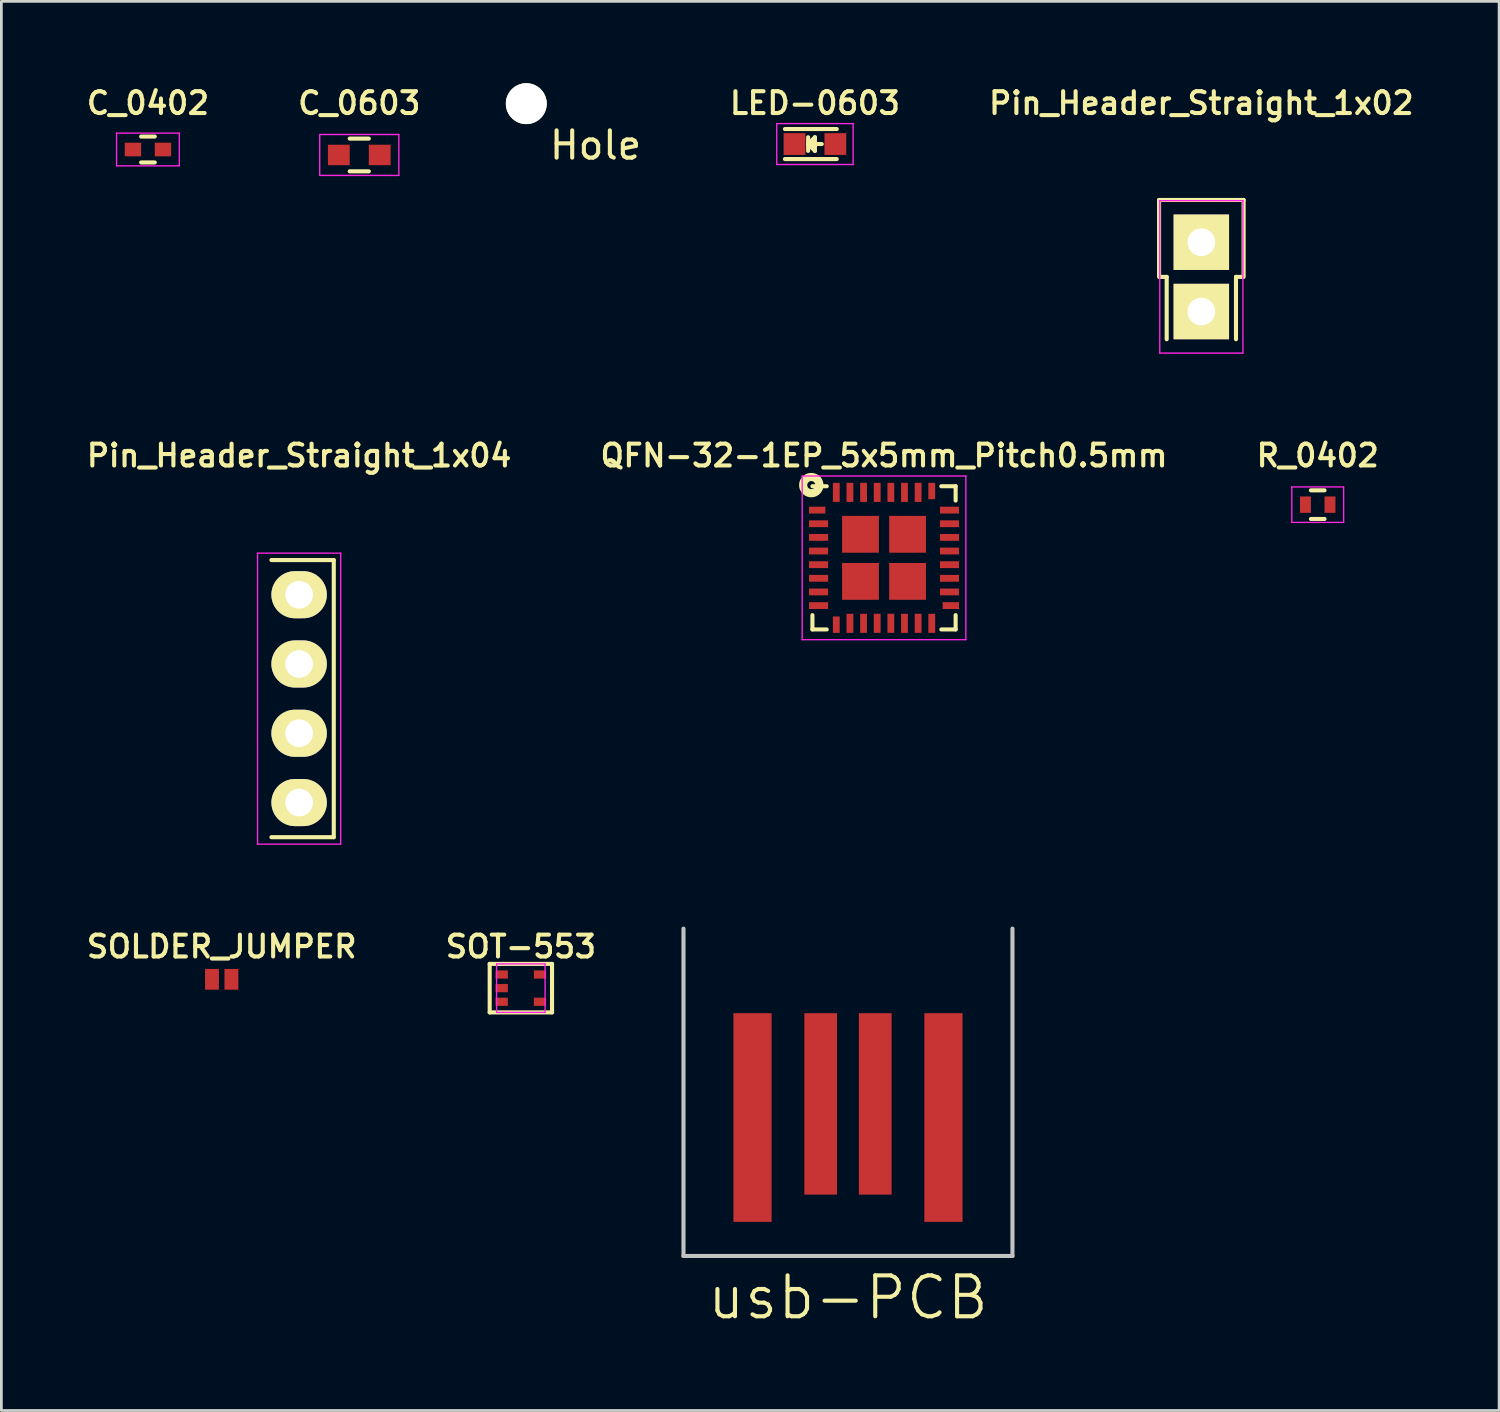
<source format=kicad_pcb>
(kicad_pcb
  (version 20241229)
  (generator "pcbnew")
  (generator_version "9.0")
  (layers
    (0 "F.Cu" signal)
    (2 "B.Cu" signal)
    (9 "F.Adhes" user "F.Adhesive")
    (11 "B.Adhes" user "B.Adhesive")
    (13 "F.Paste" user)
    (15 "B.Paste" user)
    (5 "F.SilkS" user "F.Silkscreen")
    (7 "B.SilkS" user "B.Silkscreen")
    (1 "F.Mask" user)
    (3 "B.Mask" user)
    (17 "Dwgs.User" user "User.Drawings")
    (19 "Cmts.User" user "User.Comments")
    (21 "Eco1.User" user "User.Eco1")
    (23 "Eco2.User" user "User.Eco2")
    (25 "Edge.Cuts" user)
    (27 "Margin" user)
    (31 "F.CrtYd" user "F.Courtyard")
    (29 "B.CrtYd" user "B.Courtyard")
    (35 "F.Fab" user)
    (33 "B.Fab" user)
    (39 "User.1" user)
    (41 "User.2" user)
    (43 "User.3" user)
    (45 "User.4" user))
  (footprint "Pin_Header_Straight_1x02"
    (layer "F.Cu")
    (at 40.992 5.831)
    (property "Reference" "Pin_Header_Straight_1x02" (at 0 -5.1 0) (layer "F.SilkS") (effects (font (size 0.8 0.8) (thickness 0.15))))
    (attr through_hole)
    (fp_line (start -1.55 -1.55) (end 1.55 -1.55) (stroke (width 0.15) (type solid)) (layer "F.SilkS"))
    (fp_line (start -1.55 1.27) (end -1.55 -1.55) (stroke (width 0.15) (type solid)) (layer "F.SilkS"))
    (fp_line (start -1.524 1.27) (end -1.27 1.27) (stroke (width 0.15) (type solid)) (layer "F.SilkS"))
    (fp_line (start -1.27 1.27) (end -1.27 3.556) (stroke (width 0.15) (type solid)) (layer "F.SilkS"))
    (fp_line (start 1.27 1.27) (end 1.27 3.556) (stroke (width 0.15) (type solid)) (layer "F.SilkS"))
    (fp_line (start 1.27 1.27) (end 1.524 1.27) (stroke (width 0.15) (type solid)) (layer "F.SilkS"))
    (fp_line (start 1.55 -1.55) (end 1.55 1.27) (stroke (width 0.15) (type solid)) (layer "F.SilkS"))
    (fp_line (start -1.524 -1.524) (end -1.524 4.064) (stroke (width 0.05) (type solid)) (layer "F.CrtYd"))
    (fp_line (start -1.524 -1.524) (end 1.524 -1.524) (stroke (width 0.05) (type solid)) (layer "F.CrtYd"))
    (fp_line (start -1.524 4.064) (end 1.524 4.064) (stroke (width 0.05) (type solid)) (layer "F.CrtYd"))
    (fp_line (start 1.524 -1.524) (end 1.524 4.064) (stroke (width 0.05) (type solid)) (layer "F.CrtYd"))
    (pad "1" thru_hole rect (at 0 0) (size 2.032 2.032) (drill 1.016) (layers "*.Cu" "*.Mask" "F.SilkS"))
    (pad "2" thru_hole rect (at 0 2.54) (size 2.032 2.032) (drill 1.016) (layers "*.Cu" "*.Mask" "F.SilkS")))
  (footprint "LED-0603"
    (layer "F.Cu")
    (at 26.826 2.231)
    (property "Reference" "LED-0603" (at 0 -1.5 0) (layer "F.SilkS") (effects (font (size 0.8 0.8) (thickness 0.15))))
    (attr smd)
    (fp_line (start -1.1 -0.55) (end 0.8 -0.55) (stroke (width 0.15) (type solid)) (layer "F.SilkS"))
    (fp_line (start -1.1 0.55) (end 0.8 0.55) (stroke (width 0.15) (type solid)) (layer "F.SilkS"))
    (fp_line (start -0.25 -0.25) (end -0.25 0.25) (stroke (width 0.15) (type solid)) (layer "F.SilkS"))
    (fp_line (start -0.25 0) (end 0 -0.25) (stroke (width 0.15) (type solid)) (layer "F.SilkS"))
    (fp_line (start -0.2 0) (end 0.25 0) (stroke (width 0.15) (type solid)) (layer "F.SilkS"))
    (fp_line (start 0 -0.25) (end 0 0.25) (stroke (width 0.15) (type solid)) (layer "F.SilkS"))
    (fp_line (start 0 0.25) (end -0.25 0) (stroke (width 0.15) (type solid)) (layer "F.SilkS"))
    (fp_line (start -1.4 -0.75) (end 1.4 -0.75) (stroke (width 0.05) (type solid)) (layer "F.CrtYd"))
    (fp_line (start -1.4 0.75) (end -1.4 -0.75) (stroke (width 0.05) (type solid)) (layer "F.CrtYd"))
    (fp_line (start 1.4 -0.75) (end 1.4 0.75) (stroke (width 0.05) (type solid)) (layer "F.CrtYd"))
    (fp_line (start 1.4 0.75) (end -1.4 0.75) (stroke (width 0.05) (type solid)) (layer "F.CrtYd"))
    (pad "1" smd rect (at -0.749 0 180) (size 0.798 0.798) (layers "F.Cu" "F.Mask" "F.Paste"))
    (pad "2" smd rect (at 0.749 0 180) (size 0.798 0.798) (layers "F.Cu" "F.Mask" "F.Paste")))
  (footprint "Pin_Header_Straight_1x04"
    (layer "F.Cu")
    (at 7.916 18.752)
    (property "Reference" "Pin_Header_Straight_1x04" (at 0 -5.1 0) (layer "F.SilkS") (effects (font (size 0.8 0.8) (thickness 0.15))))
    (attr through_hole)
    (fp_line (start -1.016 8.89) (end 1.27 8.89) (stroke (width 0.15) (type solid)) (layer "F.SilkS"))
    (fp_line (start 1.27 -1.27) (end -1.016 -1.27) (stroke (width 0.15) (type solid)) (layer "F.SilkS"))
    (fp_line (start 1.27 -1.27) (end 1.27 8.89) (stroke (width 0.15) (type solid)) (layer "F.SilkS"))
    (fp_line (start -1.524 -1.524) (end -1.524 9.144) (stroke (width 0.05) (type solid)) (layer "F.CrtYd"))
    (fp_line (start -1.524 -1.524) (end 1.524 -1.524) (stroke (width 0.05) (type solid)) (layer "F.CrtYd"))
    (fp_line (start -1.524 9.144) (end 1.524 9.144) (stroke (width 0.05) (type solid)) (layer "F.CrtYd"))
    (fp_line (start 1.524 -1.524) (end 1.524 9.144) (stroke (width 0.05) (type solid)) (layer "F.CrtYd"))
    (pad "1" thru_hole oval (at 0 0) (size 2.032 1.727) (drill 1.016) (layers "*.Cu" "*.Mask" "F.SilkS"))
    (pad "2" thru_hole oval (at 0 2.54) (size 2.032 1.727) (drill 1.016) (layers "*.Cu" "*.Mask" "F.SilkS"))
    (pad "3" thru_hole oval (at 0 5.08) (size 2.032 1.727) (drill 1.016) (layers "*.Cu" "*.Mask" "F.SilkS"))
    (pad "4" thru_hole oval (at 0 7.62) (size 2.032 1.727) (drill 1.016) (layers "*.Cu" "*.Mask" "F.SilkS")))
  (footprint "QFN-32-1EP_5x5mm_Pitch0.5mm"
    (layer "F.Cu")
    (at 29.359 17.401)
    (property "Reference" "QFN-32-1EP_5x5mm_Pitch0.5mm" (at 0 -3.75 0) (layer "F.SilkS") (effects (font (size 0.8 0.8) (thickness 0.15))))
    (attr smd)
    (fp_line (start -2.625 -2.625) (end -2.1 -2.625) (stroke (width 0.15) (type solid)) (layer "F.SilkS"))
    (fp_line (start -2.625 2.625) (end -2.625 2.1) (stroke (width 0.15) (type solid)) (layer "F.SilkS"))
    (fp_line (start -2.625 2.625) (end -2.1 2.625) (stroke (width 0.15) (type solid)) (layer "F.SilkS"))
    (fp_line (start 2.625 -2.625) (end 2.1 -2.625) (stroke (width 0.15) (type solid)) (layer "F.SilkS"))
    (fp_line (start 2.625 -2.625) (end 2.625 -2.1) (stroke (width 0.15) (type solid)) (layer "F.SilkS"))
    (fp_line (start 2.625 2.625) (end 2.1 2.625) (stroke (width 0.15) (type solid)) (layer "F.SilkS"))
    (fp_line (start 2.625 2.625) (end 2.625 2.1) (stroke (width 0.15) (type solid)) (layer "F.SilkS"))
    (fp_circle (center -2.667 -2.667) (end -2.667 -2.519) (stroke (width 0.3) (type solid)) (fill no) (layer "F.SilkS"))
    (fp_line (start -3 -3) (end -3 3) (stroke (width 0.05) (type solid)) (layer "F.CrtYd"))
    (fp_line (start -3 -3) (end 3 -3) (stroke (width 0.05) (type solid)) (layer "F.CrtYd"))
    (fp_line (start -3 3) (end 3 3) (stroke (width 0.05) (type solid)) (layer "F.CrtYd"))
    (fp_line (start 3 -3) (end 3 3) (stroke (width 0.05) (type solid)) (layer "F.CrtYd"))
    (pad "1" smd rect (at -2.45 -1.75) (size 0.6 0.25) (layers "F.Cu" "F.Mask" "F.Paste"))
    (pad "2" smd rect (at -2.4 -1.25) (size 0.7 0.25) (layers "F.Cu" "F.Mask" "F.Paste"))
    (pad "2" smd rect (at -0.863 -0.863) (size 1.35 1.35) (layers "F.Cu" "F.Mask" "F.Paste"))
    (pad "2" smd rect (at 0.863 -0.863) (size 1.35 1.35) (layers "F.Cu" "F.Mask" "F.Paste"))
    (pad "3" smd rect (at -2.4 -0.75) (size 0.7 0.25) (layers "F.Cu" "F.Mask" "F.Paste"))
    (pad "4" smd rect (at -2.4 -0.25) (size 0.7 0.25) (layers "F.Cu" "F.Mask" "F.Paste"))
    (pad "5" smd rect (at -2.4 0.25) (size 0.7 0.25) (layers "F.Cu" "F.Mask" "F.Paste"))
    (pad "6" smd rect (at -2.4 0.75) (size 0.7 0.25) (layers "F.Cu" "F.Mask" "F.Paste"))
    (pad "7" smd rect (at -2.4 1.25) (size 0.7 0.25) (layers "F.Cu" "F.Mask" "F.Paste"))
    (pad "8" smd rect (at -2.4 1.75) (size 0.7 0.25) (layers "F.Cu" "F.Mask" "F.Paste"))
    (pad "8" smd rect (at -0.863 0.863) (size 1.35 1.35) (layers "F.Cu" "F.Mask" "F.Paste"))
    (pad "9" smd rect (at -1.75 2.45 90) (size 0.6 0.25) (layers "F.Cu" "F.Mask" "F.Paste"))
    (pad "10" smd rect (at -1.25 2.4 90) (size 0.7 0.25) (layers "F.Cu" "F.Mask" "F.Paste"))
    (pad "11" smd rect (at -0.75 2.4 90) (size 0.7 0.25) (layers "F.Cu" "F.Mask" "F.Paste"))
    (pad "12" smd rect (at -0.25 2.4 90) (size 0.7 0.25) (layers "F.Cu" "F.Mask" "F.Paste"))
    (pad "13" smd rect (at 0.25 2.4 90) (size 0.7 0.25) (layers "F.Cu" "F.Mask" "F.Paste"))
    (pad "14" smd rect (at 0.75 2.4 90) (size 0.7 0.25) (layers "F.Cu" "F.Mask" "F.Paste"))
    (pad "15" smd rect (at 1.25 2.4 90) (size 0.7 0.25) (layers "F.Cu" "F.Mask" "F.Paste"))
    (pad "16" smd rect (at 0.863 0.863) (size 1.35 1.35) (layers "F.Cu" "F.Mask" "F.Paste"))
    (pad "16" smd rect (at 1.75 2.4 90) (size 0.7 0.25) (layers "F.Cu" "F.Mask" "F.Paste"))
    (pad "17" smd rect (at 2.45 1.75) (size 0.6 0.25) (layers "F.Cu" "F.Mask" "F.Paste"))
    (pad "18" smd rect (at 2.4 1.25) (size 0.7 0.25) (layers "F.Cu" "F.Mask" "F.Paste"))
    (pad "19" smd rect (at 2.4 0.75) (size 0.7 0.25) (layers "F.Cu" "F.Mask" "F.Paste"))
    (pad "20" smd rect (at 2.4 0.25) (size 0.7 0.25) (layers "F.Cu" "F.Mask" "F.Paste"))
    (pad "21" smd rect (at 2.4 -0.25) (size 0.7 0.25) (layers "F.Cu" "F.Mask" "F.Paste"))
    (pad "22" smd rect (at 2.4 -0.75) (size 0.7 0.25) (layers "F.Cu" "F.Mask" "F.Paste"))
    (pad "23" smd rect (at 2.4 -1.25) (size 0.7 0.25) (layers "F.Cu" "F.Mask" "F.Paste"))
    (pad "24" smd rect (at 2.4 -1.75) (size 0.7 0.25) (layers "F.Cu" "F.Mask" "F.Paste"))
    (pad "25" smd rect (at 1.75 -2.45 90) (size 0.6 0.25) (layers "F.Cu" "F.Mask" "F.Paste"))
    (pad "26" smd rect (at 1.25 -2.4 90) (size 0.7 0.25) (layers "F.Cu" "F.Mask" "F.Paste"))
    (pad "27" smd rect (at 0.75 -2.4 90) (size 0.7 0.25) (layers "F.Cu" "F.Mask" "F.Paste"))
    (pad "28" smd rect (at 0.25 -2.4 90) (size 0.7 0.25) (layers "F.Cu" "F.Mask" "F.Paste"))
    (pad "29" smd rect (at -0.25 -2.4 90) (size 0.7 0.25) (layers "F.Cu" "F.Mask" "F.Paste"))
    (pad "30" smd rect (at -0.75 -2.4 90) (size 0.7 0.25) (layers "F.Cu" "F.Mask" "F.Paste"))
    (pad "31" smd rect (at -1.25 -2.4 90) (size 0.7 0.25) (layers "F.Cu" "F.Mask" "F.Paste"))
    (pad "32" smd rect (at -1.75 -2.4 90) (size 0.7 0.25) (layers "F.Cu" "F.Mask" "F.Paste")))
  (footprint "R_0402"
    (layer "F.Cu")
    (at 45.258 15.451)
    (property "Reference" "R_0402" (at 0 -1.8 0) (layer "F.SilkS") (effects (font (size 0.8 0.8) (thickness 0.15))))
    (attr smd)
    (fp_line (start -0.25 0.525) (end 0.25 0.525) (stroke (width 0.15) (type solid)) (layer "F.SilkS"))
    (fp_line (start 0.25 -0.525) (end -0.25 -0.525) (stroke (width 0.15) (type solid)) (layer "F.SilkS"))
    (fp_line (start -0.95 -0.65) (end -0.95 0.65) (stroke (width 0.05) (type solid)) (layer "F.CrtYd"))
    (fp_line (start -0.95 -0.65) (end 0.95 -0.65) (stroke (width 0.05) (type solid)) (layer "F.CrtYd"))
    (fp_line (start -0.95 0.65) (end 0.95 0.65) (stroke (width 0.05) (type solid)) (layer "F.CrtYd"))
    (fp_line (start 0.95 -0.65) (end 0.95 0.65) (stroke (width 0.05) (type solid)) (layer "F.CrtYd"))
    (pad "1" smd rect (at -0.45 0) (size 0.4 0.6) (layers "F.Cu" "F.Mask" "F.Paste"))
    (pad "2" smd rect (at 0.45 0) (size 0.4 0.6) (layers "F.Cu" "F.Mask" "F.Paste")))
  (footprint "usb-PCB"
    (layer "F.Cu")
    (at 28.037 42.995)
    (property "Reference" "usb-PCB" (at 0 1.524 0) (layer "F.SilkS") (effects (font (size 1.5 1.5) (thickness 0.15))))
    (attr exclude_from_pos_files exclude_from_bom)
    (fp_line (start -6.03 0) (end -6.03 -12) (stroke (width 0.15) (type solid)) (layer "Dwgs.User"))
    (fp_line (start 6.03 0) (end -6.03 0) (stroke (width 0.15) (type solid)) (layer "Dwgs.User"))
    (fp_line (start 6.03 0) (end 6.03 -12) (stroke (width 0.15) (type solid)) (layer "Dwgs.User"))
    (pad "1" connect rect (at 3.5 -5.075) (size 1.4 7.65) (layers "F.Cu" "F.Mask"))
    (pad "2" connect rect (at 1 -5.575) (size 1.2 6.65) (layers "F.Cu" "F.Mask"))
    (pad "3" connect rect (at -1 -5.575) (size 1.2 6.65) (layers "F.Cu" "F.Mask"))
    (pad "4" connect rect (at -3.5 -5.075) (size 1.4 7.65) (layers "F.Cu" "F.Mask")))
  (footprint "C_0402"
    (layer "F.Cu")
    (at 2.374 2.431)
    (property "Reference" "C_0402" (at 0 -1.7 0) (layer "F.SilkS") (effects (font (size 0.8 0.8) (thickness 0.15))))
    (attr smd)
    (fp_line (start -0.25 0.475) (end 0.25 0.475) (stroke (width 0.15) (type solid)) (layer "F.SilkS"))
    (fp_line (start 0.25 -0.475) (end -0.25 -0.475) (stroke (width 0.15) (type solid)) (layer "F.SilkS"))
    (fp_line (start -1.15 -0.6) (end -1.15 0.6) (stroke (width 0.05) (type solid)) (layer "F.CrtYd"))
    (fp_line (start -1.15 -0.6) (end 1.15 -0.6) (stroke (width 0.05) (type solid)) (layer "F.CrtYd"))
    (fp_line (start -1.15 0.6) (end 1.15 0.6) (stroke (width 0.05) (type solid)) (layer "F.CrtYd"))
    (fp_line (start 1.15 -0.6) (end 1.15 0.6) (stroke (width 0.05) (type solid)) (layer "F.CrtYd"))
    (pad "1" smd rect (at -0.55 0) (size 0.6 0.5) (layers "F.Cu" "F.Mask" "F.Paste"))
    (pad "2" smd rect (at 0.55 0) (size 0.6 0.5) (layers "F.Cu" "F.Mask" "F.Paste")))
  (footprint "Hole"
    (layer "F.Cu")
    (at 16.244 0.75)
    (property "Reference" "Hole" (at 2.54 1.524 0) (layer "F.SilkS") (effects (font (size 1 1) (thickness 0.15))))
    (attr through_hole)
    (pad "" np_thru_hole circle (at 0 0) (size 1.5 1.5) (drill 1.5) (layers "*.Cu" "*.Mask" "F.SilkS")))
  (footprint "SOLDER_JUMPER"
    (layer "F.Cu")
    (at 5.078 32.852)
    (property "Reference" "SOLDER_JUMPER" (at 0 -1.2 0) (layer "F.SilkS") (effects (font (size 0.8 0.8) (thickness 0.15))))
    (attr through_hole)
    (pad "1" smd rect (at -0.356 0) (size 0.508 0.762) (layers "F.Cu" "F.Mask" "F.Paste"))
    (pad "2" smd rect (at 0.356 0) (size 0.508 0.762) (layers "F.Cu" "F.Mask" "F.Paste")))
  (footprint "SOT-553"
    (layer "F.Cu")
    (at 16.045 33.176)
    (property "Reference" "SOT-553" (at 0 -1.524 0) (layer "F.SilkS") (effects (font (size 0.8 0.8) (thickness 0.15))))
    (attr smd)
    (fp_line (start -1.143 -0.889) (end 1.143 -0.889) (stroke (width 0.15) (type solid)) (layer "F.SilkS"))
    (fp_line (start -1.143 0.889) (end -1.143 -0.889) (stroke (width 0.15) (type solid)) (layer "F.SilkS"))
    (fp_line (start 1.143 -0.889) (end 1.143 0.889) (stroke (width 0.15) (type solid)) (layer "F.SilkS"))
    (fp_line (start 1.143 0.889) (end -1.143 0.889) (stroke (width 0.15) (type solid)) (layer "F.SilkS"))
    (fp_line (start -0.889 -0.889) (end -0.889 0.889) (stroke (width 0.05) (type solid)) (layer "F.CrtYd"))
    (fp_line (start -0.889 0.889) (end 0.889 0.889) (stroke (width 0.05) (type solid)) (layer "F.CrtYd"))
    (fp_line (start 0.889 -0.889) (end -0.889 -0.889) (stroke (width 0.05) (type solid)) (layer "F.CrtYd"))
    (fp_line (start 0.889 0.889) (end 0.889 -0.889) (stroke (width 0.05) (type solid)) (layer "F.CrtYd"))
    (pad "1" smd rect (at -0.701 -0.5) (size 0.45 0.3) (layers "F.Cu" "F.Mask" "F.Paste"))
    (pad "2" smd rect (at -0.701 0) (size 0.45 0.3) (layers "F.Cu" "F.Mask" "F.Paste"))
    (pad "3" smd rect (at -0.701 0.5) (size 0.45 0.3) (layers "F.Cu" "F.Mask" "F.Paste"))
    (pad "4" smd rect (at 0.701 0.5) (size 0.45 0.3) (layers "F.Cu" "F.Mask" "F.Paste"))
    (pad "5" smd rect (at 0.701 -0.5) (size 0.45 0.3) (layers "F.Cu" "F.Mask" "F.Paste")))
  (footprint "C_0603"
    (layer "F.Cu")
    (at 10.121 2.631)
    (property "Reference" "C_0603" (at 0 -1.9 0) (layer "F.SilkS") (effects (font (size 0.8 0.8) (thickness 0.15))))
    (attr smd)
    (fp_line (start -0.35 -0.6) (end 0.35 -0.6) (stroke (width 0.15) (type solid)) (layer "F.SilkS"))
    (fp_line (start 0.35 0.6) (end -0.35 0.6) (stroke (width 0.15) (type solid)) (layer "F.SilkS"))
    (fp_line (start -1.45 -0.75) (end -1.45 0.75) (stroke (width 0.05) (type solid)) (layer "F.CrtYd"))
    (fp_line (start -1.45 -0.75) (end 1.45 -0.75) (stroke (width 0.05) (type solid)) (layer "F.CrtYd"))
    (fp_line (start -1.45 0.75) (end 1.45 0.75) (stroke (width 0.05) (type solid)) (layer "F.CrtYd"))
    (fp_line (start 1.45 -0.75) (end 1.45 0.75) (stroke (width 0.05) (type solid)) (layer "F.CrtYd"))
    (pad "1" smd rect (at -0.75 0) (size 0.8 0.75) (layers "F.Cu" "F.Mask" "F.Paste"))
    (pad "2" smd rect (at 0.75 0) (size 0.8 0.75) (layers "F.Cu" "F.Mask" "F.Paste")))
  (gr_rect
    (start -3 -3)
    (end 51.908 48.66)
    (stroke (width 0.1) (type default))
    (fill no)
    (layer "Edge.Cuts")))
</source>
